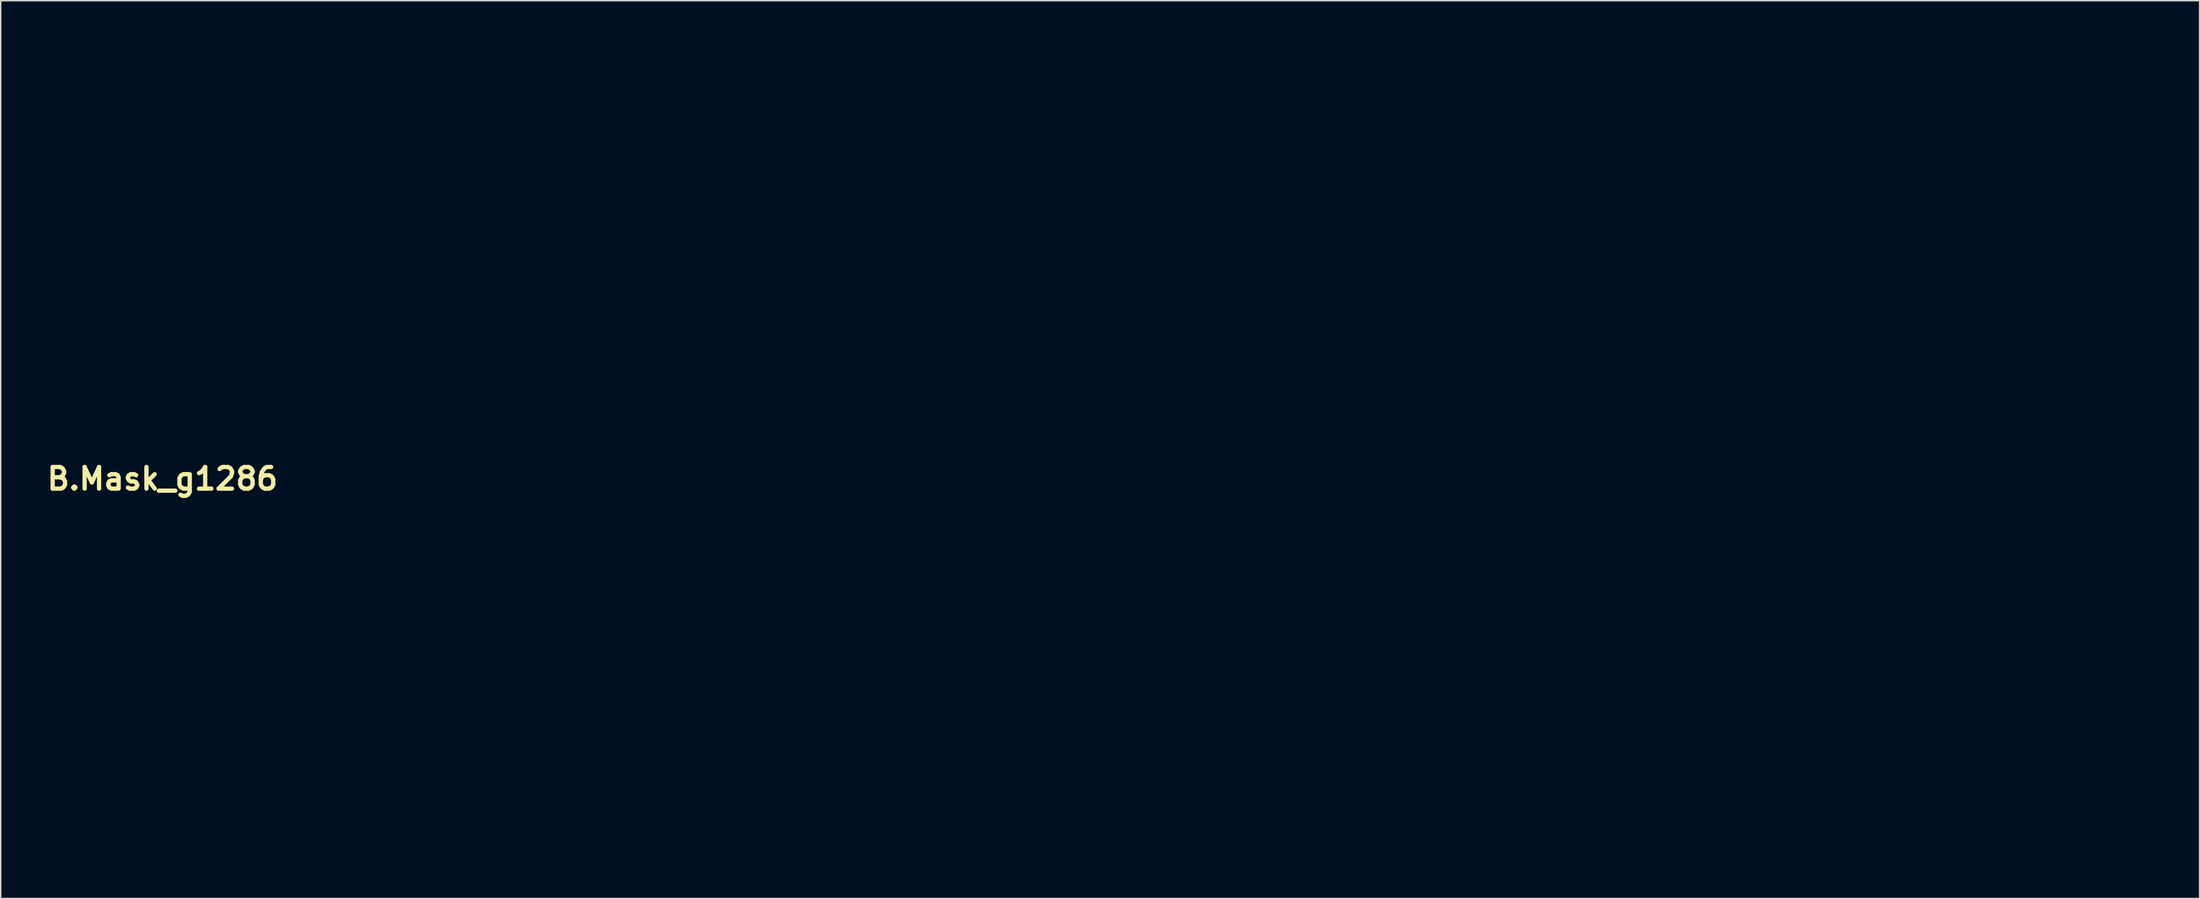
<source format=kicad_pcb>
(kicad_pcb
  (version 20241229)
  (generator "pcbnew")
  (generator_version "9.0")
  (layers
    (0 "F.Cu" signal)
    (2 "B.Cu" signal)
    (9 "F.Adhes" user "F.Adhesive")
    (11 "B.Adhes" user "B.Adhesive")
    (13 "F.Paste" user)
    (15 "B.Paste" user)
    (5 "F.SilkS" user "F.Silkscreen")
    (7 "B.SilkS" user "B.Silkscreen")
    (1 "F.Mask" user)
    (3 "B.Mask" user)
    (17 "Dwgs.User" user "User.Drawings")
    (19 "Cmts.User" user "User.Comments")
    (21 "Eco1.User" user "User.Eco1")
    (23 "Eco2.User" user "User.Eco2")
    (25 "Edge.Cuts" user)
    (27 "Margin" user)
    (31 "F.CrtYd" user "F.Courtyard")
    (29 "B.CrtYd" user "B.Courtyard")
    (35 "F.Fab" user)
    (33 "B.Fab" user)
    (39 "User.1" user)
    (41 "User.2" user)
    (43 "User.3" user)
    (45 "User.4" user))
  (footprint "B.Mask_g1286"
    (layer "F.Cu")
    (at 8.389 30.678)
    (property "Reference" "B.Mask_g1286" (at 0 0 0) (layer "F.SilkS") (effects (font (size 1.524 1.524) (thickness 0.3))))
    (attr through_hole)
    (fp_poly (pts (xy 18.723 -15.459) (xy 18.842 -15.425) (xy 18.95 -15.36) (xy 19.041 -15.264) (xy 19.083 -15.195) (xy 19.13 -15.06) (xy 19.141 -14.919) (xy 19.116 -14.783) (xy 19.056 -14.66) (xy 18.975 -14.566) (xy 18.855 -14.487) (xy 18.721 -14.444) (xy 18.581 -14.438) (xy 18.46 -14.465) (xy 18.339 -14.53) (xy 18.241 -14.625) (xy 18.171 -14.742) (xy 18.133 -14.874) (xy 18.13 -15.013) (xy 18.14 -15.071) (xy 18.19 -15.202) (xy 18.267 -15.307) (xy 18.366 -15.387) (xy 18.479 -15.439) (xy 18.6 -15.463) (xy 18.723 -15.459)) (stroke (width 0.01) (type solid)) (fill yes) (layer "B.Mask"))
    (fp_poly (pts (xy 20.069 -30.648) (xy 20.182 -30.594) (xy 20.278 -30.513) (xy 20.353 -30.408) (xy 20.4 -30.281) (xy 20.413 -30.162) (xy 20.395 -30.012) (xy 20.342 -29.882) (xy 20.256 -29.776) (xy 20.141 -29.697) (xy 20.057 -29.664) (xy 19.957 -29.641) (xy 19.873 -29.638) (xy 19.783 -29.655) (xy 19.753 -29.664) (xy 19.626 -29.725) (xy 19.523 -29.817) (xy 19.45 -29.933) (xy 19.411 -30.069) (xy 19.405 -30.149) (xy 19.42 -30.295) (xy 19.468 -30.418) (xy 19.551 -30.523) (xy 19.574 -30.544) (xy 19.692 -30.623) (xy 19.818 -30.666) (xy 19.946 -30.673) (xy 20.069 -30.648)) (stroke (width 0.01) (type solid)) (fill yes) (layer "B.Mask"))
    (fp_poly (pts (xy 124.222 -7.914) (xy 124.324 -7.879) (xy 124.443 -7.795) (xy 124.532 -7.687) (xy 124.588 -7.56) (xy 124.609 -7.423) (xy 124.593 -7.282) (xy 124.558 -7.186) (xy 124.499 -7.084) (xy 124.427 -7.011) (xy 124.328 -6.952) (xy 124.312 -6.944) (xy 124.176 -6.905) (xy 124.034 -6.905) (xy 123.896 -6.944) (xy 123.871 -6.955) (xy 123.756 -7.034) (xy 123.671 -7.135) (xy 123.617 -7.251) (xy 123.594 -7.377) (xy 123.602 -7.505) (xy 123.64 -7.628) (xy 123.708 -7.741) (xy 123.807 -7.836) (xy 123.878 -7.88) (xy 123.981 -7.914) (xy 124.101 -7.925) (xy 124.222 -7.914)) (stroke (width 0.01) (type solid)) (fill yes) (layer "B.Mask"))
    (fp_poly (pts (xy 130.699 -25.658) (xy 130.818 -25.589) (xy 130.918 -25.486) (xy 130.964 -25.412) (xy 130.996 -25.32) (xy 131.01 -25.208) (xy 131.006 -25.093) (xy 130.985 -24.991) (xy 130.97 -24.956) (xy 130.887 -24.836) (xy 130.779 -24.746) (xy 130.654 -24.687) (xy 130.518 -24.665) (xy 130.379 -24.68) (xy 130.349 -24.689) (xy 130.22 -24.752) (xy 130.118 -24.845) (xy 130.048 -24.963) (xy 130.011 -25.104) (xy 130.006 -25.183) (xy 130.023 -25.334) (xy 130.075 -25.461) (xy 130.161 -25.564) (xy 130.283 -25.643) (xy 130.291 -25.646) (xy 130.429 -25.689) (xy 130.567 -25.692) (xy 130.699 -25.658)) (stroke (width 0.01) (type solid)) (fill yes) (layer "B.Mask"))
    (fp_poly (pts (xy 31.496 -26.861) (xy 31.581 -26.822) (xy 31.669 -26.755) (xy 31.749 -26.671) (xy 31.808 -26.582) (xy 31.83 -26.53) (xy 31.854 -26.385) (xy 31.84 -26.246) (xy 31.792 -26.12) (xy 31.715 -26.012) (xy 31.611 -25.927) (xy 31.485 -25.872) (xy 31.382 -25.854) (xy 31.286 -25.855) (xy 31.191 -25.872) (xy 31.176 -25.876) (xy 31.075 -25.927) (xy 30.98 -26.008) (xy 30.904 -26.106) (xy 30.87 -26.173) (xy 30.842 -26.301) (xy 30.846 -26.439) (xy 30.881 -26.572) (xy 30.915 -26.641) (xy 31.005 -26.748) (xy 31.12 -26.825) (xy 31.252 -26.869) (xy 31.394 -26.878) (xy 31.496 -26.861)) (stroke (width 0.01) (type solid)) (fill yes) (layer "B.Mask"))
    (fp_poly (pts (xy 97.55 -11.696) (xy 97.638 -11.673) (xy 97.725 -11.62) (xy 97.809 -11.541) (xy 97.878 -11.449) (xy 97.913 -11.371) (xy 97.937 -11.226) (xy 97.924 -11.084) (xy 97.877 -10.954) (xy 97.8 -10.841) (xy 97.695 -10.753) (xy 97.627 -10.718) (xy 97.53 -10.694) (xy 97.414 -10.69) (xy 97.298 -10.705) (xy 97.199 -10.738) (xy 97.197 -10.739) (xy 97.085 -10.818) (xy 97.003 -10.919) (xy 96.95 -11.036) (xy 96.928 -11.161) (xy 96.935 -11.289) (xy 96.97 -11.412) (xy 97.035 -11.523) (xy 97.128 -11.616) (xy 97.236 -11.678) (xy 97.327 -11.701) (xy 97.438 -11.707) (xy 97.55 -11.696)) (stroke (width 0.01) (type solid)) (fill yes) (layer "B.Mask"))
    (fp_poly (pts (xy 125.766 -0.333) (xy 125.902 -0.292) (xy 125.91 -0.288) (xy 126.033 -0.21) (xy 126.121 -0.106) (xy 126.176 0.022) (xy 126.195 0.173) (xy 126.195 0.18) (xy 126.176 0.326) (xy 126.121 0.453) (xy 126.036 0.558) (xy 125.924 0.636) (xy 125.79 0.681) (xy 125.735 0.688) (xy 125.659 0.69) (xy 125.59 0.684) (xy 125.571 0.68) (xy 125.435 0.624) (xy 125.324 0.536) (xy 125.243 0.421) (xy 125.195 0.282) (xy 125.186 0.222) (xy 125.19 0.08) (xy 125.23 -0.048) (xy 125.3 -0.157) (xy 125.394 -0.244) (xy 125.506 -0.305) (xy 125.632 -0.336) (xy 125.766 -0.333)) (stroke (width 0.01) (type solid)) (fill yes) (layer "B.Mask"))
    (fp_poly (pts (xy 128.064 -25.994) (xy 128.182 -25.95) (xy 128.287 -25.876) (xy 128.373 -25.77) (xy 128.392 -25.736) (xy 128.426 -25.636) (xy 128.442 -25.517) (xy 128.438 -25.397) (xy 128.414 -25.295) (xy 128.412 -25.291) (xy 128.34 -25.17) (xy 128.241 -25.076) (xy 128.122 -25.013) (xy 127.991 -24.982) (xy 127.854 -24.987) (xy 127.73 -25.026) (xy 127.607 -25.106) (xy 127.514 -25.213) (xy 127.456 -25.34) (xy 127.433 -25.429) (xy 127.425 -25.498) (xy 127.434 -25.567) (xy 127.454 -25.645) (xy 127.512 -25.773) (xy 127.596 -25.874) (xy 127.699 -25.947) (xy 127.816 -25.992) (xy 127.94 -26.008) (xy 128.064 -25.994)) (stroke (width 0.01) (type solid)) (fill yes) (layer "B.Mask"))
    (fp_poly (pts (xy 120.708 17.919) (xy 120.842 17.986) (xy 120.937 18.064) (xy 121.036 18.191) (xy 121.097 18.333) (xy 121.119 18.483) (xy 121.101 18.637) (xy 121.051 18.771) (xy 120.963 18.907) (xy 120.853 19.008) (xy 120.72 19.073) (xy 120.562 19.105) (xy 120.534 19.107) (xy 120.415 19.105) (xy 120.322 19.09) (xy 120.305 19.084) (xy 120.16 19.009) (xy 120.041 18.905) (xy 119.952 18.776) (xy 119.906 18.659) (xy 119.89 18.539) (xy 119.9 18.404) (xy 119.932 18.274) (xy 119.958 18.211) (xy 120.044 18.084) (xy 120.155 17.988) (xy 120.283 17.922) (xy 120.422 17.888) (xy 120.566 17.887) (xy 120.708 17.919)) (stroke (width 0.01) (type solid)) (fill yes) (layer "B.Mask"))
    (fp_poly (pts (xy 13.729 -5.283) (xy 13.857 -5.23) (xy 13.959 -5.146) (xy 14.032 -5.034) (xy 14.073 -4.897) (xy 14.081 -4.794) (xy 14.063 -4.645) (xy 14.009 -4.515) (xy 13.922 -4.409) (xy 13.815 -4.336) (xy 13.733 -4.306) (xy 13.634 -4.288) (xy 13.534 -4.282) (xy 13.452 -4.291) (xy 13.441 -4.294) (xy 13.302 -4.359) (xy 13.192 -4.453) (xy 13.191 -4.454) (xy 13.142 -4.527) (xy 13.099 -4.622) (xy 13.069 -4.72) (xy 13.06 -4.794) (xy 13.072 -4.879) (xy 13.104 -4.978) (xy 13.148 -5.071) (xy 13.191 -5.134) (xy 13.288 -5.223) (xy 13.398 -5.277) (xy 13.528 -5.3) (xy 13.578 -5.301) (xy 13.729 -5.283)) (stroke (width 0.01) (type solid)) (fill yes) (layer "B.Mask"))
    (fp_poly (pts (xy 28.924 -3.39) (xy 29.015 -3.367) (xy 29.094 -3.321) (xy 29.175 -3.248) (xy 29.176 -3.247) (xy 29.256 -3.137) (xy 29.301 -3.01) (xy 29.312 -2.875) (xy 29.289 -2.74) (xy 29.232 -2.613) (xy 29.171 -2.533) (xy 29.066 -2.45) (xy 28.941 -2.398) (xy 28.804 -2.378) (xy 28.665 -2.394) (xy 28.636 -2.403) (xy 28.55 -2.443) (xy 28.467 -2.506) (xy 28.452 -2.52) (xy 28.365 -2.634) (xy 28.314 -2.761) (xy 28.298 -2.895) (xy 28.316 -3.028) (xy 28.367 -3.152) (xy 28.45 -3.261) (xy 28.542 -3.333) (xy 28.602 -3.367) (xy 28.656 -3.386) (xy 28.719 -3.395) (xy 28.806 -3.397) (xy 28.924 -3.39)) (stroke (width 0.01) (type solid)) (fill yes) (layer "B.Mask"))
    (fp_poly (pts (xy 95.671 -11.704) (xy 95.785 -11.656) (xy 95.887 -11.576) (xy 95.969 -11.464) (xy 95.976 -11.451) (xy 96.009 -11.382) (xy 96.026 -11.323) (xy 96.031 -11.256) (xy 96.029 -11.185) (xy 96.005 -11.034) (xy 95.945 -10.908) (xy 95.852 -10.806) (xy 95.796 -10.767) (xy 95.689 -10.721) (xy 95.564 -10.697) (xy 95.438 -10.698) (xy 95.356 -10.716) (xy 95.303 -10.743) (xy 95.236 -10.792) (xy 95.175 -10.847) (xy 95.084 -10.96) (xy 95.033 -11.078) (xy 95.02 -11.21) (xy 95.024 -11.26) (xy 95.058 -11.399) (xy 95.122 -11.514) (xy 95.209 -11.606) (xy 95.313 -11.671) (xy 95.429 -11.711) (xy 95.551 -11.722) (xy 95.671 -11.704)) (stroke (width 0.01) (type solid)) (fill yes) (layer "B.Mask"))
    (fp_poly (pts (xy 122.297 23.899) (xy 122.428 23.942) (xy 122.573 24.033) (xy 122.69 24.156) (xy 122.764 24.278) (xy 122.81 24.421) (xy 122.823 24.577) (xy 122.804 24.731) (xy 122.76 24.854) (xy 122.671 24.99) (xy 122.554 25.101) (xy 122.416 25.182) (xy 122.264 25.23) (xy 122.106 25.242) (xy 122.009 25.23) (xy 121.86 25.18) (xy 121.726 25.098) (xy 121.613 24.99) (xy 121.53 24.863) (xy 121.504 24.801) (xy 121.474 24.673) (xy 121.467 24.534) (xy 121.48 24.4) (xy 121.512 24.295) (xy 121.579 24.183) (xy 121.671 24.077) (xy 121.775 23.988) (xy 121.863 23.937) (xy 121.998 23.896) (xy 122.148 23.884) (xy 122.297 23.899)) (stroke (width 0.01) (type solid)) (fill yes) (layer "B.Mask"))
    (fp_poly (pts (xy 122.298 19.927) (xy 122.439 19.978) (xy 122.556 20.064) (xy 122.651 20.186) (xy 122.681 20.239) (xy 122.734 20.388) (xy 122.749 20.536) (xy 122.729 20.678) (xy 122.677 20.808) (xy 122.598 20.923) (xy 122.494 21.018) (xy 122.369 21.087) (xy 122.228 21.126) (xy 122.072 21.13) (xy 122.024 21.124) (xy 121.88 21.079) (xy 121.752 21.001) (xy 121.647 20.894) (xy 121.57 20.765) (xy 121.526 20.621) (xy 121.518 20.522) (xy 121.538 20.37) (xy 121.596 20.226) (xy 121.688 20.1) (xy 121.808 19.999) (xy 121.864 19.966) (xy 121.935 19.934) (xy 122.002 19.917) (xy 122.085 19.91) (xy 122.132 19.91) (xy 122.298 19.927)) (stroke (width 0.01) (type solid)) (fill yes) (layer "B.Mask"))
    (fp_poly (pts (xy 125.228 11.661) (xy 125.381 11.715) (xy 125.51 11.801) (xy 125.612 11.917) (xy 125.684 12.058) (xy 125.724 12.222) (xy 125.73 12.325) (xy 125.71 12.489) (xy 125.653 12.64) (xy 125.563 12.771) (xy 125.443 12.877) (xy 125.338 12.935) (xy 125.208 12.975) (xy 125.063 12.991) (xy 124.92 12.982) (xy 124.827 12.958) (xy 124.674 12.883) (xy 124.55 12.779) (xy 124.458 12.649) (xy 124.4 12.498) (xy 124.378 12.331) (xy 124.38 12.269) (xy 124.408 12.107) (xy 124.47 11.967) (xy 124.57 11.841) (xy 124.607 11.805) (xy 124.726 11.718) (xy 124.854 11.665) (xy 125.002 11.643) (xy 125.056 11.642) (xy 125.228 11.661)) (stroke (width 0.01) (type solid)) (fill yes) (layer "B.Mask"))
    (fp_poly (pts (xy 19.396 0.433) (xy 19.459 0.454) (xy 19.505 0.475) (xy 19.62 0.553) (xy 19.705 0.656) (xy 19.76 0.777) (xy 19.784 0.908) (xy 19.774 1.042) (xy 19.729 1.172) (xy 19.678 1.253) (xy 19.582 1.346) (xy 19.462 1.412) (xy 19.329 1.446) (xy 19.196 1.445) (xy 19.177 1.441) (xy 19.042 1.392) (xy 18.922 1.305) (xy 18.906 1.289) (xy 18.831 1.189) (xy 18.789 1.072) (xy 18.777 0.932) (xy 18.778 0.891) (xy 18.787 0.801) (xy 18.803 0.736) (xy 18.833 0.678) (xy 18.85 0.652) (xy 18.944 0.543) (xy 19.049 0.472) (xy 19.173 0.434) (xy 19.242 0.427) (xy 19.33 0.425) (xy 19.396 0.433)) (stroke (width 0.01) (type solid)) (fill yes) (layer "B.Mask"))
    (fp_poly (pts (xy 134.076 1.57) (xy 134.198 1.628) (xy 134.269 1.685) (xy 134.34 1.763) (xy 134.385 1.838) (xy 134.41 1.923) (xy 134.418 2.032) (xy 134.419 2.065) (xy 134.417 2.156) (xy 134.41 2.219) (xy 134.393 2.271) (xy 134.364 2.326) (xy 134.355 2.34) (xy 134.263 2.452) (xy 134.149 2.528) (xy 134.012 2.568) (xy 133.96 2.574) (xy 133.833 2.571) (xy 133.742 2.55) (xy 133.678 2.516) (xy 133.606 2.464) (xy 133.568 2.43) (xy 133.481 2.317) (xy 133.429 2.189) (xy 133.414 2.054) (xy 133.434 1.92) (xy 133.491 1.793) (xy 133.568 1.698) (xy 133.683 1.612) (xy 133.81 1.562) (xy 133.944 1.548) (xy 134.076 1.57)) (stroke (width 0.01) (type solid)) (fill yes) (layer "B.Mask"))
    (fp_poly (pts (xy 97.491 23.121) (xy 97.615 23.158) (xy 97.727 23.226) (xy 97.822 23.325) (xy 97.842 23.356) (xy 97.876 23.416) (xy 97.896 23.47) (xy 97.904 23.533) (xy 97.906 23.621) (xy 97.906 23.622) (xy 97.904 23.711) (xy 97.896 23.774) (xy 97.876 23.827) (xy 97.843 23.887) (xy 97.842 23.888) (xy 97.752 23.999) (xy 97.639 24.075) (xy 97.501 24.116) (xy 97.436 24.124) (xy 97.35 24.127) (xy 97.287 24.119) (xy 97.225 24.098) (xy 97.181 24.077) (xy 97.062 23.994) (xy 96.974 23.888) (xy 96.92 23.763) (xy 96.9 23.627) (xy 96.919 23.487) (xy 96.951 23.399) (xy 97.026 23.283) (xy 97.124 23.197) (xy 97.239 23.141) (xy 97.364 23.116) (xy 97.491 23.121)) (stroke (width 0.01) (type solid)) (fill yes) (layer "B.Mask"))
    (fp_poly (pts (xy 124.004 25.139) (xy 124.076 25.15) (xy 124.148 25.176) (xy 124.212 25.206) (xy 124.355 25.298) (xy 124.466 25.416) (xy 124.542 25.557) (xy 124.581 25.718) (xy 124.587 25.812) (xy 124.568 25.983) (xy 124.512 26.135) (xy 124.422 26.266) (xy 124.299 26.371) (xy 124.221 26.415) (xy 124.071 26.47) (xy 123.917 26.492) (xy 123.772 26.481) (xy 123.739 26.473) (xy 123.578 26.407) (xy 123.444 26.312) (xy 123.34 26.189) (xy 123.27 26.045) (xy 123.235 25.881) (xy 123.232 25.813) (xy 123.252 25.642) (xy 123.308 25.489) (xy 123.4 25.358) (xy 123.526 25.252) (xy 123.608 25.206) (xy 123.692 25.167) (xy 123.761 25.146) (xy 123.838 25.137) (xy 123.91 25.136) (xy 124.004 25.139)) (stroke (width 0.01) (type solid)) (fill yes) (layer "B.Mask"))
    (fp_poly (pts (xy 120.61 21.867) (xy 120.68 21.877) (xy 120.745 21.897) (xy 120.815 21.93) (xy 120.951 22.019) (xy 121.057 22.131) (xy 121.131 22.26) (xy 121.176 22.401) (xy 121.189 22.546) (xy 121.172 22.692) (xy 121.125 22.831) (xy 121.047 22.958) (xy 120.94 23.067) (xy 120.803 23.152) (xy 120.788 23.159) (xy 120.669 23.195) (xy 120.534 23.213) (xy 120.4 23.209) (xy 120.288 23.186) (xy 120.139 23.113) (xy 120.015 23.005) (xy 119.917 22.866) (xy 119.909 22.851) (xy 119.871 22.771) (xy 119.849 22.708) (xy 119.839 22.642) (xy 119.836 22.557) (xy 119.836 22.534) (xy 119.855 22.36) (xy 119.91 22.208) (xy 120.001 22.08) (xy 120.126 21.976) (xy 120.216 21.925) (xy 120.292 21.893) (xy 120.361 21.874) (xy 120.44 21.866) (xy 120.514 21.865) (xy 120.61 21.867)) (stroke (width 0.01) (type solid)) (fill yes) (layer "B.Mask"))
    (fp_poly (pts (xy 120.484 25.159) (xy 120.554 25.166) (xy 120.611 25.18) (xy 120.669 25.206) (xy 120.684 25.214) (xy 120.786 25.282) (xy 120.882 25.374) (xy 120.963 25.475) (xy 121.015 25.575) (xy 121.018 25.584) (xy 121.046 25.714) (xy 121.051 25.86) (xy 121.032 26.004) (xy 121.008 26.088) (xy 120.936 26.224) (xy 120.834 26.335) (xy 120.709 26.421) (xy 120.567 26.478) (xy 120.415 26.503) (xy 120.26 26.494) (xy 120.108 26.449) (xy 120.089 26.44) (xy 119.95 26.354) (xy 119.842 26.244) (xy 119.764 26.116) (xy 119.717 25.976) (xy 119.699 25.831) (xy 119.713 25.685) (xy 119.757 25.545) (xy 119.832 25.416) (xy 119.938 25.304) (xy 120.074 25.216) (xy 120.075 25.215) (xy 120.141 25.186) (xy 120.2 25.168) (xy 120.269 25.159) (xy 120.361 25.157) (xy 120.385 25.157) (xy 120.484 25.159)) (stroke (width 0.01) (type solid)) (fill yes) (layer "B.Mask"))
    (fp_poly (pts (xy 120.619 13.788) (xy 120.773 13.829) (xy 120.913 13.903) (xy 121.032 14.009) (xy 121.124 14.143) (xy 121.13 14.156) (xy 121.161 14.225) (xy 121.179 14.288) (xy 121.188 14.361) (xy 121.19 14.457) (xy 121.188 14.555) (xy 121.179 14.627) (xy 121.161 14.69) (xy 121.131 14.757) (xy 121.04 14.895) (xy 120.917 15.01) (xy 120.815 15.074) (xy 120.728 15.104) (xy 120.616 15.123) (xy 120.495 15.13) (xy 120.381 15.124) (xy 120.288 15.105) (xy 120.283 15.103) (xy 120.146 15.029) (xy 120.024 14.925) (xy 119.928 14.798) (xy 119.877 14.689) (xy 119.854 14.586) (xy 119.847 14.461) (xy 119.855 14.333) (xy 119.878 14.221) (xy 119.881 14.212) (xy 119.931 14.113) (xy 120.011 14.012) (xy 120.108 13.92) (xy 120.212 13.849) (xy 120.287 13.816) (xy 120.455 13.782) (xy 120.619 13.788)) (stroke (width 0.01) (type solid)) (fill yes) (layer "B.Mask"))
    (fp_poly (pts (xy 122.947 11.646) (xy 123.096 11.702) (xy 123.228 11.793) (xy 123.34 11.917) (xy 123.396 12.007) (xy 123.425 12.068) (xy 123.443 12.123) (xy 123.451 12.188) (xy 123.454 12.277) (xy 123.454 12.308) (xy 123.453 12.407) (xy 123.446 12.477) (xy 123.431 12.533) (xy 123.406 12.591) (xy 123.396 12.609) (xy 123.3 12.751) (xy 123.178 12.862) (xy 123.037 12.94) (xy 122.883 12.982) (xy 122.72 12.987) (xy 122.564 12.954) (xy 122.416 12.884) (xy 122.291 12.78) (xy 122.193 12.644) (xy 122.175 12.611) (xy 122.141 12.537) (xy 122.121 12.473) (xy 122.113 12.401) (xy 122.111 12.31) (xy 122.114 12.206) (xy 122.127 12.126) (xy 122.151 12.055) (xy 122.16 12.033) (xy 122.247 11.887) (xy 122.354 11.776) (xy 122.488 11.695) (xy 122.622 11.65) (xy 122.787 11.628) (xy 122.947 11.646)) (stroke (width 0.01) (type solid)) (fill yes) (layer "B.Mask"))
    (fp_poly (pts (xy 135.922 11.654) (xy 136.079 11.698) (xy 136.214 11.777) (xy 136.326 11.892) (xy 136.4 12.013) (xy 136.438 12.096) (xy 136.459 12.165) (xy 136.468 12.241) (xy 136.469 12.316) (xy 136.45 12.489) (xy 136.396 12.641) (xy 136.309 12.771) (xy 136.193 12.873) (xy 136.05 12.945) (xy 135.885 12.984) (xy 135.817 12.99) (xy 135.713 12.991) (xy 135.632 12.982) (xy 135.558 12.961) (xy 135.531 12.951) (xy 135.414 12.886) (xy 135.303 12.79) (xy 135.211 12.675) (xy 135.171 12.605) (xy 135.143 12.538) (xy 135.127 12.47) (xy 135.12 12.385) (xy 135.118 12.319) (xy 135.12 12.222) (xy 135.128 12.15) (xy 135.145 12.089) (xy 135.175 12.021) (xy 135.176 12.019) (xy 135.268 11.876) (xy 135.386 11.767) (xy 135.528 11.691) (xy 135.692 11.651) (xy 135.745 11.646) (xy 135.922 11.654)) (stroke (width 0.01) (type solid)) (fill yes) (layer "B.Mask"))
    (fp_poly (pts (xy 139.922 11.654) (xy 140.079 11.698) (xy 140.215 11.777) (xy 140.326 11.892) (xy 140.401 12.013) (xy 140.438 12.096) (xy 140.459 12.165) (xy 140.468 12.241) (xy 140.47 12.316) (xy 140.451 12.489) (xy 140.396 12.641) (xy 140.31 12.771) (xy 140.193 12.873) (xy 140.051 12.945) (xy 139.885 12.984) (xy 139.817 12.99) (xy 139.713 12.991) (xy 139.633 12.982) (xy 139.559 12.961) (xy 139.532 12.951) (xy 139.414 12.886) (xy 139.303 12.79) (xy 139.211 12.675) (xy 139.171 12.605) (xy 139.144 12.538) (xy 139.127 12.47) (xy 139.12 12.385) (xy 139.119 12.319) (xy 139.12 12.222) (xy 139.128 12.15) (xy 139.146 12.089) (xy 139.176 12.021) (xy 139.177 12.019) (xy 139.268 11.876) (xy 139.386 11.767) (xy 139.528 11.691) (xy 139.692 11.651) (xy 139.745 11.646) (xy 139.922 11.654)) (stroke (width 0.01) (type solid)) (fill yes) (layer "B.Mask"))
    (fp_poly (pts (xy 122.357 15.835) (xy 122.384 15.843) (xy 122.491 15.895) (xy 122.598 15.977) (xy 122.693 16.077) (xy 122.761 16.18) (xy 122.809 16.316) (xy 122.828 16.468) (xy 122.818 16.62) (xy 122.789 16.725) (xy 122.711 16.874) (xy 122.604 16.996) (xy 122.471 17.086) (xy 122.317 17.141) (xy 122.188 17.159) (xy 122.087 17.158) (xy 121.996 17.149) (xy 121.952 17.138) (xy 121.793 17.065) (xy 121.661 16.96) (xy 121.559 16.826) (xy 121.543 16.797) (xy 121.516 16.74) (xy 121.499 16.686) (xy 121.49 16.623) (xy 121.487 16.537) (xy 121.486 16.489) (xy 121.488 16.385) (xy 121.495 16.31) (xy 121.509 16.251) (xy 121.532 16.194) (xy 121.535 16.188) (xy 121.615 16.066) (xy 121.723 15.957) (xy 121.845 15.875) (xy 121.852 15.871) (xy 121.963 15.834) (xy 122.095 15.815) (xy 122.232 15.815) (xy 122.357 15.835)) (stroke (width 0.01) (type solid)) (fill yes) (layer "B.Mask"))
    (fp_poly (pts (xy 127.321 11.644) (xy 127.357 11.646) (xy 127.459 11.653) (xy 127.534 11.666) (xy 127.599 11.689) (xy 127.652 11.716) (xy 127.785 11.81) (xy 127.887 11.928) (xy 127.959 12.064) (xy 127.998 12.212) (xy 128.005 12.364) (xy 127.979 12.515) (xy 127.917 12.658) (xy 127.82 12.786) (xy 127.817 12.79) (xy 127.694 12.887) (xy 127.55 12.954) (xy 127.395 12.99) (xy 127.238 12.992) (xy 127.103 12.962) (xy 126.954 12.889) (xy 126.83 12.782) (xy 126.733 12.643) (xy 126.725 12.627) (xy 126.687 12.548) (xy 126.664 12.484) (xy 126.654 12.419) (xy 126.652 12.333) (xy 126.652 12.311) (xy 126.657 12.198) (xy 126.672 12.111) (xy 126.697 12.04) (xy 126.781 11.903) (xy 126.897 11.787) (xy 127.034 11.7) (xy 127.045 11.695) (xy 127.115 11.666) (xy 127.173 11.649) (xy 127.237 11.643) (xy 127.321 11.644)) (stroke (width 0.01) (type solid)) (fill yes) (layer "B.Mask"))
    (fp_poly (pts (xy 120.752 11.439) (xy 120.87 11.462) (xy 121.042 11.528) (xy 121.196 11.63) (xy 121.328 11.763) (xy 121.431 11.922) (xy 121.439 11.938) (xy 121.496 12.103) (xy 121.518 12.281) (xy 121.507 12.463) (xy 121.462 12.637) (xy 121.388 12.788) (xy 121.269 12.938) (xy 121.124 13.057) (xy 120.959 13.141) (xy 120.78 13.19) (xy 120.591 13.201) (xy 120.46 13.185) (xy 120.3 13.134) (xy 120.146 13.047) (xy 120.008 12.933) (xy 119.894 12.797) (xy 119.829 12.684) (xy 119.803 12.626) (xy 119.787 12.574) (xy 119.777 12.516) (xy 119.773 12.44) (xy 119.772 12.335) (xy 119.772 12.319) (xy 119.772 12.211) (xy 119.776 12.133) (xy 119.785 12.074) (xy 119.8 12.022) (xy 119.825 11.964) (xy 119.837 11.938) (xy 119.936 11.775) (xy 120.064 11.641) (xy 120.214 11.538) (xy 120.382 11.468) (xy 120.563 11.435) (xy 120.752 11.439)) (stroke (width 0.01) (type solid)) (fill yes) (layer "B.Mask"))
    (fp_poly (pts (xy 126.312 24.84) (xy 126.387 24.844) (xy 126.445 24.853) (xy 126.497 24.87) (xy 126.557 24.897) (xy 126.579 24.908) (xy 126.739 25.008) (xy 126.869 25.134) (xy 126.968 25.28) (xy 127.035 25.44) (xy 127.068 25.609) (xy 127.068 25.783) (xy 127.032 25.955) (xy 126.961 26.12) (xy 126.853 26.273) (xy 126.828 26.3) (xy 126.701 26.414) (xy 126.566 26.492) (xy 126.413 26.538) (xy 126.238 26.557) (xy 126.104 26.557) (xy 126 26.547) (xy 125.952 26.536) (xy 125.779 26.461) (xy 125.633 26.359) (xy 125.58 26.308) (xy 125.465 26.162) (xy 125.385 26.001) (xy 125.342 25.832) (xy 125.333 25.659) (xy 125.357 25.488) (xy 125.414 25.326) (xy 125.503 25.176) (xy 125.622 25.045) (xy 125.77 24.938) (xy 125.831 24.907) (xy 125.897 24.877) (xy 125.952 24.857) (xy 126.009 24.846) (xy 126.08 24.841) (xy 126.177 24.839) (xy 126.207 24.839) (xy 126.312 24.84)) (stroke (width 0.01) (type solid)) (fill yes) (layer "B.Mask")))
  (gr_rect
    (start -3 -3)
    (end 151.864 60.24)
    (stroke (width 0.1) (type default))
    (fill no)
    (layer "Edge.Cuts")))
</source>
